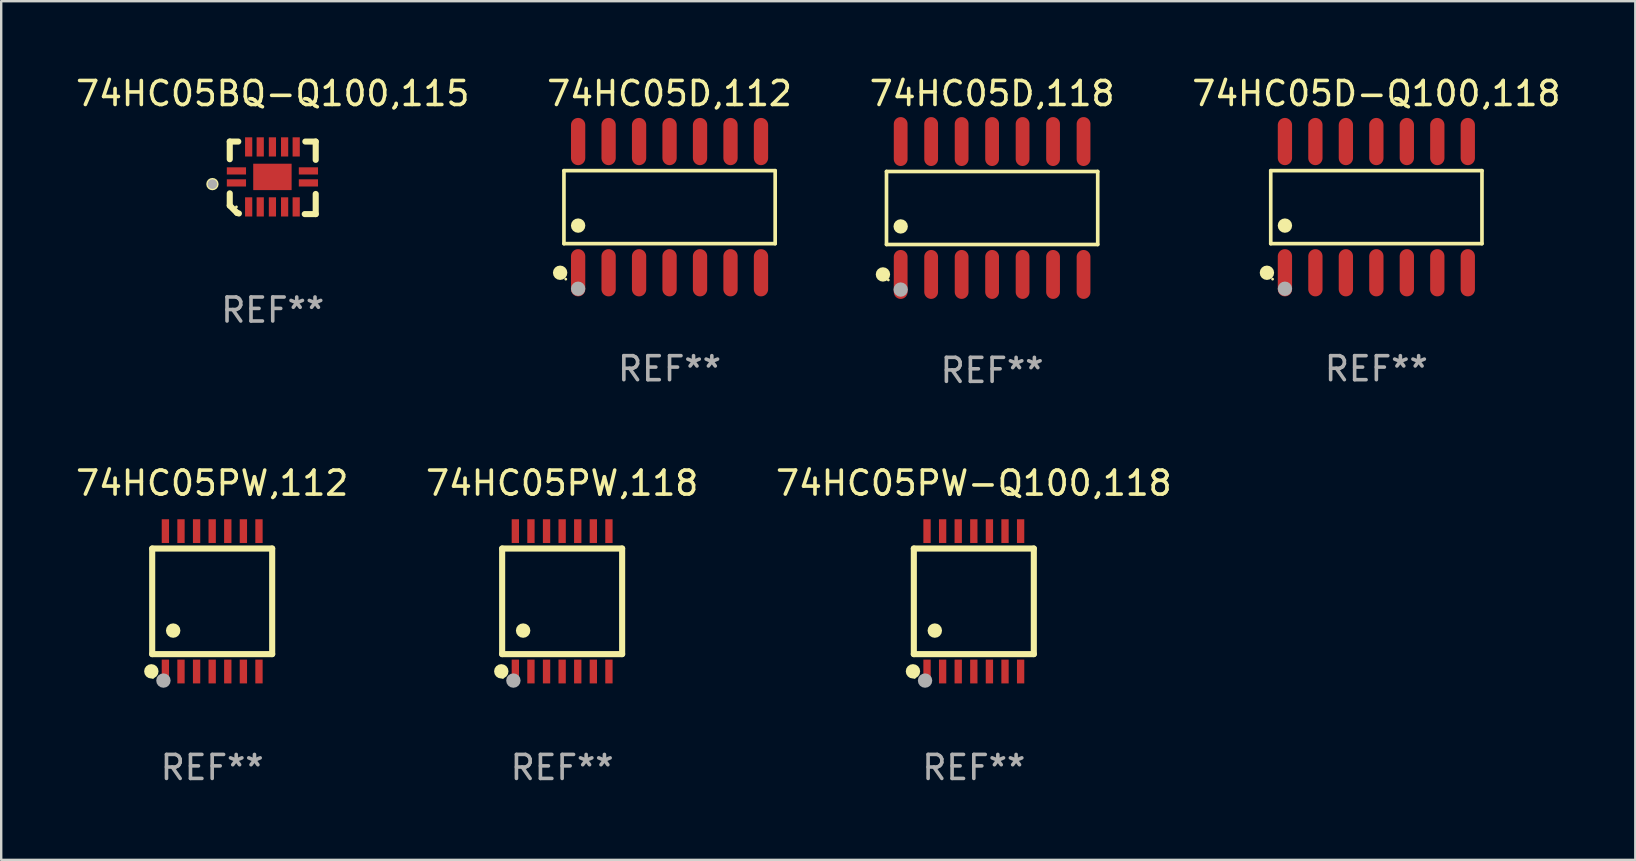
<source format=kicad_pcb>
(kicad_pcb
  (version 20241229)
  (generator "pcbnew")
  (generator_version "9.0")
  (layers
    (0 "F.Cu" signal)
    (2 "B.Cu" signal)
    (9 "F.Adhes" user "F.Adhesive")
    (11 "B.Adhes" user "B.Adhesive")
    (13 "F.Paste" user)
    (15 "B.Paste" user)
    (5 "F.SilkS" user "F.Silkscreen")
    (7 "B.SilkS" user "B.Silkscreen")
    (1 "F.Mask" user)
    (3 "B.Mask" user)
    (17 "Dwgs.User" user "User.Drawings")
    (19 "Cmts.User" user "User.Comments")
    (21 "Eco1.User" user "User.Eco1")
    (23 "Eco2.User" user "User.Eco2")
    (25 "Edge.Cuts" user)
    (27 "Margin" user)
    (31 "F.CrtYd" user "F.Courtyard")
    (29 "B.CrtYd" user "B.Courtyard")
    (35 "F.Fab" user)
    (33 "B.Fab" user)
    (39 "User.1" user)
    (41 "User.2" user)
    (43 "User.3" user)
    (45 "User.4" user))
  (footprint "74HC05PW,112"
    (layer "F.Cu")
    (at 5.792 22.008)
    (property "Reference" "74HC05PW,112" (at 0 -4.925 0) (layer "F.SilkS") (effects (font (size 1 1) (thickness 0.15))))
    (attr through_hole)
    (fp_line (start -2.5 2.2) (end -2.5 -2.2) (stroke (width 0.254) (type solid)) (layer "F.SilkS"))
    (fp_line (start -2.5 2.2) (end 2.5 2.2) (stroke (width 0.254) (type solid)) (layer "F.SilkS"))
    (fp_line (start 2.5 -2.2) (end -2.5 -2.2) (stroke (width 0.254) (type solid)) (layer "F.SilkS"))
    (fp_line (start 2.5 -2.2) (end 2.5 2.2) (stroke (width 0.254) (type solid)) (layer "F.SilkS"))
    (fp_circle (center -2.536 2.917) (end -2.386 2.917) (stroke (width 0.3) (type solid)) (fill no) (layer "F.SilkS"))
    (fp_circle (center -2.47 3.17) (end -2.44 3.17) (stroke (width 0.06) (type solid)) (fill no) (layer "F.SilkS"))
    (fp_circle (center -1.626 1.219) (end -1.475 1.219) (stroke (width 0.3) (type solid)) (fill no) (layer "F.SilkS"))
    (fp_circle (center -2.032 3.302) (end -1.882 3.302) (stroke (width 0.3) (type solid)) (fill no) (layer "F.Fab"))
    (fp_text user "REF**" (at 0 6.925 0) (layer "F.Fab") (effects (font (size 1 1) (thickness 0.15))))
    (pad "1" smd rect (at -1.95 2.925) (size 0.305 0.991) (layers "F.Cu" "F.Mask" "F.Paste"))
    (pad "2" smd rect (at -1.3 2.925) (size 0.305 0.991) (layers "F.Cu" "F.Mask" "F.Paste"))
    (pad "3" smd rect (at -0.65 2.925) (size 0.305 0.991) (layers "F.Cu" "F.Mask" "F.Paste"))
    (pad "4" smd rect (at 0 2.925) (size 0.305 0.991) (layers "F.Cu" "F.Mask" "F.Paste"))
    (pad "5" smd rect (at 0.65 2.925) (size 0.305 0.991) (layers "F.Cu" "F.Mask" "F.Paste"))
    (pad "6" smd rect (at 1.3 2.925) (size 0.305 0.991) (layers "F.Cu" "F.Mask" "F.Paste"))
    (pad "7" smd rect (at 1.95 2.925) (size 0.305 0.991) (layers "F.Cu" "F.Mask" "F.Paste"))
    (pad "8" smd rect (at 1.95 -2.925) (size 0.305 0.991) (layers "F.Cu" "F.Mask" "F.Paste"))
    (pad "9" smd rect (at 1.3 -2.925) (size 0.305 0.991) (layers "F.Cu" "F.Mask" "F.Paste"))
    (pad "10" smd rect (at 0.65 -2.925) (size 0.305 0.991) (layers "F.Cu" "F.Mask" "F.Paste"))
    (pad "11" smd rect (at 0 -2.925) (size 0.305 0.991) (layers "F.Cu" "F.Mask" "F.Paste"))
    (pad "12" smd rect (at -0.65 -2.925) (size 0.305 0.991) (layers "F.Cu" "F.Mask" "F.Paste"))
    (pad "13" smd rect (at -1.3 -2.925) (size 0.305 0.991) (layers "F.Cu" "F.Mask" "F.Paste"))
    (pad "14" smd rect (at -1.95 -2.925) (size 0.305 0.991) (layers "F.Cu" "F.Mask" "F.Paste")))
  (footprint "74HC05D,112"
    (layer "F.Cu")
    (at 24.851 5.582)
    (property "Reference" "74HC05D,112" (at 0 -4.734 0) (layer "F.SilkS") (effects (font (size 1 1) (thickness 0.15))))
    (attr through_hole)
    (fp_line (start -4.401 -1.521) (end 4.401 -1.521) (stroke (width 0.152) (type solid)) (layer "F.SilkS"))
    (fp_line (start -4.401 1.521) (end -4.401 -1.521) (stroke (width 0.152) (type solid)) (layer "F.SilkS"))
    (fp_line (start 4.401 -1.521) (end 4.401 1.521) (stroke (width 0.152) (type solid)) (layer "F.SilkS"))
    (fp_line (start 4.401 1.521) (end -4.401 1.521) (stroke (width 0.152) (type solid)) (layer "F.SilkS"))
    (fp_circle (center -4.56 2.734) (end -4.41 2.734) (stroke (width 0.3) (type solid)) (fill no) (layer "F.SilkS"))
    (fp_circle (center -4.325 3) (end -4.295 3) (stroke (width 0.06) (type solid)) (fill no) (layer "F.SilkS"))
    (fp_circle (center -3.81 0.769) (end -3.66 0.769) (stroke (width 0.3) (type solid)) (fill no) (layer "F.SilkS"))
    (fp_circle (center -3.81 3.4) (end -3.66 3.4) (stroke (width 0.3) (type solid)) (fill no) (layer "F.Fab"))
    (fp_text user "REF**" (at 0 6.734 0) (layer "F.Fab") (effects (font (size 1 1) (thickness 0.15))))
    (pad "1" smd oval (at -3.81 2.734) (size 0.595 1.968) (layers "F.Cu" "F.Mask" "F.Paste"))
    (pad "2" smd oval (at -2.54 2.734) (size 0.595 1.968) (layers "F.Cu" "F.Mask" "F.Paste"))
    (pad "3" smd oval (at -1.27 2.734) (size 0.595 1.968) (layers "F.Cu" "F.Mask" "F.Paste"))
    (pad "4" smd oval (at 0 2.734) (size 0.595 1.968) (layers "F.Cu" "F.Mask" "F.Paste"))
    (pad "5" smd oval (at 1.27 2.734) (size 0.595 1.968) (layers "F.Cu" "F.Mask" "F.Paste"))
    (pad "6" smd oval (at 2.54 2.734) (size 0.595 1.968) (layers "F.Cu" "F.Mask" "F.Paste"))
    (pad "7" smd oval (at 3.81 2.734) (size 0.595 1.968) (layers "F.Cu" "F.Mask" "F.Paste"))
    (pad "8" smd oval (at 3.81 -2.734) (size 0.595 1.968) (layers "F.Cu" "F.Mask" "F.Paste"))
    (pad "9" smd oval (at 2.54 -2.734) (size 0.595 1.968) (layers "F.Cu" "F.Mask" "F.Paste"))
    (pad "10" smd oval (at 1.27 -2.734) (size 0.595 1.968) (layers "F.Cu" "F.Mask" "F.Paste"))
    (pad "11" smd oval (at 0 -2.734) (size 0.595 1.968) (layers "F.Cu" "F.Mask" "F.Paste"))
    (pad "12" smd oval (at -1.27 -2.734) (size 0.595 1.968) (layers "F.Cu" "F.Mask" "F.Paste"))
    (pad "13" smd oval (at -2.54 -2.734) (size 0.595 1.968) (layers "F.Cu" "F.Mask" "F.Paste"))
    (pad "14" smd oval (at -3.81 -2.734) (size 0.595 1.968) (layers "F.Cu" "F.Mask" "F.Paste")))
  (footprint "74HC05D-Q100,118"
    (layer "F.Cu")
    (at 54.304 5.582)
    (property "Reference" "74HC05D-Q100,118" (at 0 -4.734 0) (layer "F.SilkS") (effects (font (size 1 1) (thickness 0.15))))
    (attr through_hole)
    (fp_line (start -4.401 -1.521) (end 4.401 -1.521) (stroke (width 0.152) (type solid)) (layer "F.SilkS"))
    (fp_line (start -4.401 1.521) (end -4.401 -1.521) (stroke (width 0.152) (type solid)) (layer "F.SilkS"))
    (fp_line (start 4.401 -1.521) (end 4.401 1.521) (stroke (width 0.152) (type solid)) (layer "F.SilkS"))
    (fp_line (start 4.401 1.521) (end -4.401 1.521) (stroke (width 0.152) (type solid)) (layer "F.SilkS"))
    (fp_circle (center -4.56 2.734) (end -4.41 2.734) (stroke (width 0.3) (type solid)) (fill no) (layer "F.SilkS"))
    (fp_circle (center -4.325 3) (end -4.295 3) (stroke (width 0.06) (type solid)) (fill no) (layer "F.SilkS"))
    (fp_circle (center -3.81 0.769) (end -3.66 0.769) (stroke (width 0.3) (type solid)) (fill no) (layer "F.SilkS"))
    (fp_circle (center -3.81 3.4) (end -3.66 3.4) (stroke (width 0.3) (type solid)) (fill no) (layer "F.Fab"))
    (fp_text user "REF**" (at 0 6.734 0) (layer "F.Fab") (effects (font (size 1 1) (thickness 0.15))))
    (pad "1" smd oval (at -3.81 2.734) (size 0.595 1.968) (layers "F.Cu" "F.Mask" "F.Paste"))
    (pad "2" smd oval (at -2.54 2.734) (size 0.595 1.968) (layers "F.Cu" "F.Mask" "F.Paste"))
    (pad "3" smd oval (at -1.27 2.734) (size 0.595 1.968) (layers "F.Cu" "F.Mask" "F.Paste"))
    (pad "4" smd oval (at 0 2.734) (size 0.595 1.968) (layers "F.Cu" "F.Mask" "F.Paste"))
    (pad "5" smd oval (at 1.27 2.734) (size 0.595 1.968) (layers "F.Cu" "F.Mask" "F.Paste"))
    (pad "6" smd oval (at 2.54 2.734) (size 0.595 1.968) (layers "F.Cu" "F.Mask" "F.Paste"))
    (pad "7" smd oval (at 3.81 2.734) (size 0.595 1.968) (layers "F.Cu" "F.Mask" "F.Paste"))
    (pad "8" smd oval (at 3.81 -2.734) (size 0.595 1.968) (layers "F.Cu" "F.Mask" "F.Paste"))
    (pad "9" smd oval (at 2.54 -2.734) (size 0.595 1.968) (layers "F.Cu" "F.Mask" "F.Paste"))
    (pad "10" smd oval (at 1.27 -2.734) (size 0.595 1.968) (layers "F.Cu" "F.Mask" "F.Paste"))
    (pad "11" smd oval (at 0 -2.734) (size 0.595 1.968) (layers "F.Cu" "F.Mask" "F.Paste"))
    (pad "12" smd oval (at -1.27 -2.734) (size 0.595 1.968) (layers "F.Cu" "F.Mask" "F.Paste"))
    (pad "13" smd oval (at -2.54 -2.734) (size 0.595 1.968) (layers "F.Cu" "F.Mask" "F.Paste"))
    (pad "14" smd oval (at -3.81 -2.734) (size 0.595 1.968) (layers "F.Cu" "F.Mask" "F.Paste")))
  (footprint "74HC05D,118"
    (layer "F.Cu")
    (at 38.292 5.617)
    (property "Reference" "74HC05D,118" (at 0 -4.769 0) (layer "F.SilkS") (effects (font (size 1 1) (thickness 0.15))))
    (attr through_hole)
    (fp_line (start -4.401 -1.521) (end 4.401 -1.521) (stroke (width 0.152) (type solid)) (layer "F.SilkS"))
    (fp_line (start -4.401 1.521) (end -4.401 -1.521) (stroke (width 0.152) (type solid)) (layer "F.SilkS"))
    (fp_line (start 4.401 -1.521) (end 4.401 1.521) (stroke (width 0.152) (type solid)) (layer "F.SilkS"))
    (fp_line (start 4.401 1.521) (end -4.401 1.521) (stroke (width 0.152) (type solid)) (layer "F.SilkS"))
    (fp_circle (center -4.549 2.769) (end -4.399 2.769) (stroke (width 0.3) (type solid)) (fill no) (layer "F.SilkS"))
    (fp_circle (center -4.325 3) (end -4.295 3) (stroke (width 0.06) (type solid)) (fill no) (layer "F.SilkS"))
    (fp_circle (center -3.81 0.769) (end -3.66 0.769) (stroke (width 0.3) (type solid)) (fill no) (layer "F.SilkS"))
    (fp_circle (center -3.81 3.4) (end -3.66 3.4) (stroke (width 0.3) (type solid)) (fill no) (layer "F.Fab"))
    (fp_text user "REF**" (at 0 6.769 0) (layer "F.Fab") (effects (font (size 1 1) (thickness 0.15))))
    (pad "1" smd oval (at -3.81 2.769) (size 0.574 2.038) (layers "F.Cu" "F.Mask" "F.Paste"))
    (pad "2" smd oval (at -2.54 2.769) (size 0.574 2.038) (layers "F.Cu" "F.Mask" "F.Paste"))
    (pad "3" smd oval (at -1.27 2.769) (size 0.574 2.038) (layers "F.Cu" "F.Mask" "F.Paste"))
    (pad "4" smd oval (at 0 2.769) (size 0.574 2.038) (layers "F.Cu" "F.Mask" "F.Paste"))
    (pad "5" smd oval (at 1.27 2.769) (size 0.574 2.038) (layers "F.Cu" "F.Mask" "F.Paste"))
    (pad "6" smd oval (at 2.54 2.769) (size 0.574 2.038) (layers "F.Cu" "F.Mask" "F.Paste"))
    (pad "7" smd oval (at 3.81 2.769) (size 0.574 2.038) (layers "F.Cu" "F.Mask" "F.Paste"))
    (pad "8" smd oval (at 3.81 -2.769) (size 0.574 2.038) (layers "F.Cu" "F.Mask" "F.Paste"))
    (pad "9" smd oval (at 2.54 -2.769) (size 0.574 2.038) (layers "F.Cu" "F.Mask" "F.Paste"))
    (pad "10" smd oval (at 1.27 -2.769) (size 0.574 2.038) (layers "F.Cu" "F.Mask" "F.Paste"))
    (pad "11" smd oval (at 0 -2.769) (size 0.574 2.038) (layers "F.Cu" "F.Mask" "F.Paste"))
    (pad "12" smd oval (at -1.27 -2.769) (size 0.574 2.038) (layers "F.Cu" "F.Mask" "F.Paste"))
    (pad "13" smd oval (at -2.54 -2.769) (size 0.574 2.038) (layers "F.Cu" "F.Mask" "F.Paste"))
    (pad "14" smd oval (at -3.81 -2.769) (size 0.574 2.038) (layers "F.Cu" "F.Mask" "F.Paste")))
  (footprint "74HC05PW,118"
    (layer "F.Cu")
    (at 20.375 22.008)
    (property "Reference" "74HC05PW,118" (at 0 -4.925 0) (layer "F.SilkS") (effects (font (size 1 1) (thickness 0.15))))
    (attr through_hole)
    (fp_line (start -2.5 2.2) (end -2.5 -2.2) (stroke (width 0.254) (type solid)) (layer "F.SilkS"))
    (fp_line (start -2.5 2.2) (end 2.5 2.2) (stroke (width 0.254) (type solid)) (layer "F.SilkS"))
    (fp_line (start 2.5 -2.2) (end -2.5 -2.2) (stroke (width 0.254) (type solid)) (layer "F.SilkS"))
    (fp_line (start 2.5 -2.2) (end 2.5 2.2) (stroke (width 0.254) (type solid)) (layer "F.SilkS"))
    (fp_circle (center -2.536 2.917) (end -2.386 2.917) (stroke (width 0.3) (type solid)) (fill no) (layer "F.SilkS"))
    (fp_circle (center -2.47 3.17) (end -2.44 3.17) (stroke (width 0.06) (type solid)) (fill no) (layer "F.SilkS"))
    (fp_circle (center -1.626 1.219) (end -1.475 1.219) (stroke (width 0.3) (type solid)) (fill no) (layer "F.SilkS"))
    (fp_circle (center -2.032 3.302) (end -1.882 3.302) (stroke (width 0.3) (type solid)) (fill no) (layer "F.Fab"))
    (fp_text user "REF**" (at 0 6.925 0) (layer "F.Fab") (effects (font (size 1 1) (thickness 0.15))))
    (pad "1" smd rect (at -1.95 2.925) (size 0.305 0.991) (layers "F.Cu" "F.Mask" "F.Paste"))
    (pad "2" smd rect (at -1.3 2.925) (size 0.305 0.991) (layers "F.Cu" "F.Mask" "F.Paste"))
    (pad "3" smd rect (at -0.65 2.925) (size 0.305 0.991) (layers "F.Cu" "F.Mask" "F.Paste"))
    (pad "4" smd rect (at 0 2.925) (size 0.305 0.991) (layers "F.Cu" "F.Mask" "F.Paste"))
    (pad "5" smd rect (at 0.65 2.925) (size 0.305 0.991) (layers "F.Cu" "F.Mask" "F.Paste"))
    (pad "6" smd rect (at 1.3 2.925) (size 0.305 0.991) (layers "F.Cu" "F.Mask" "F.Paste"))
    (pad "7" smd rect (at 1.95 2.925) (size 0.305 0.991) (layers "F.Cu" "F.Mask" "F.Paste"))
    (pad "8" smd rect (at 1.95 -2.925) (size 0.305 0.991) (layers "F.Cu" "F.Mask" "F.Paste"))
    (pad "9" smd rect (at 1.3 -2.925) (size 0.305 0.991) (layers "F.Cu" "F.Mask" "F.Paste"))
    (pad "10" smd rect (at 0.65 -2.925) (size 0.305 0.991) (layers "F.Cu" "F.Mask" "F.Paste"))
    (pad "11" smd rect (at 0 -2.925) (size 0.305 0.991) (layers "F.Cu" "F.Mask" "F.Paste"))
    (pad "12" smd rect (at -0.65 -2.925) (size 0.305 0.991) (layers "F.Cu" "F.Mask" "F.Paste"))
    (pad "13" smd rect (at -1.3 -2.925) (size 0.305 0.991) (layers "F.Cu" "F.Mask" "F.Paste"))
    (pad "14" smd rect (at -1.95 -2.925) (size 0.305 0.991) (layers "F.Cu" "F.Mask" "F.Paste")))
  (footprint "74HC05BQ-Q100,115"
    (layer "F.Cu")
    (at 8.315 4.36)
    (property "Reference" "74HC05BQ-Q100,115" (at 0 -3.511 0) (layer "F.SilkS") (effects (font (size 1 1) (thickness 0.15))))
    (attr through_hole)
    (fp_line (start -1.791 -1.511) (end -1.435 -1.511) (stroke (width 0.254) (type solid)) (layer "F.SilkS"))
    (fp_line (start -1.791 -0.775) (end -1.791 -1.511) (stroke (width 0.254) (type solid)) (layer "F.SilkS"))
    (fp_line (start -1.791 1.156) (end -1.791 0.648) (stroke (width 0.254) (type solid)) (layer "F.SilkS"))
    (fp_line (start -1.486 1.461) (end -1.791 1.156) (stroke (width 0.254) (type solid)) (layer "F.SilkS"))
    (fp_line (start -1.41 1.486) (end -1.486 1.461) (stroke (width 0.254) (type solid)) (layer "F.SilkS"))
    (fp_line (start 1.334 1.511) (end 1.791 1.511) (stroke (width 0.254) (type solid)) (layer "F.SilkS"))
    (fp_line (start 1.791 -1.511) (end 1.359 -1.511) (stroke (width 0.254) (type solid)) (layer "F.SilkS"))
    (fp_line (start 1.791 -0.749) (end 1.791 -1.511) (stroke (width 0.254) (type solid)) (layer "F.SilkS"))
    (fp_line (start 1.791 1.511) (end 1.791 0.673) (stroke (width 0.254) (type solid)) (layer "F.SilkS"))
    (fp_circle (center -2.513 0.262) (end -2.383 0.262) (stroke (width 0.254) (type solid)) (fill no) (layer "F.SilkS"))
    (fp_circle (center -1.513 1.212) (end -1.483 1.212) (stroke (width 0.06) (type solid)) (fill no) (layer "F.SilkS"))
    (fp_circle (center -2.513 0.262) (end -2.413 0.262) (stroke (width 0.2) (type solid)) (fill no) (layer "F.Fab"))
    (fp_text user "REF**" (at 0 5.511 0) (layer "F.Fab") (effects (font (size 1 1) (thickness 0.15))))
    (pad "1" smd rect (at -1.513 0.212) (size 0.8 0.3) (layers "F.Cu" "F.Mask" "F.Paste"))
    (pad "2" smd rect (at -1.003 1.212) (size 0.3 0.8) (layers "F.Cu" "F.Mask" "F.Paste"))
    (pad "3" smd rect (at -0.521 1.212) (size 0.3 0.8) (layers "F.Cu" "F.Mask" "F.Paste"))
    (pad "4" smd rect (at -0.013 1.212) (size 0.3 0.8) (layers "F.Cu" "F.Mask" "F.Paste"))
    (pad "5" smd rect (at 0.495 1.212) (size 0.3 0.8) (layers "F.Cu" "F.Mask" "F.Paste"))
    (pad "6" smd rect (at 0.978 1.212) (size 0.3 0.8) (layers "F.Cu" "F.Mask" "F.Paste"))
    (pad "7" smd rect (at 1.487 0.212) (size 0.8 0.3) (layers "F.Cu" "F.Mask" "F.Paste"))
    (pad "8" smd rect (at 1.487 -0.288) (size 0.8 0.3) (layers "F.Cu" "F.Mask" "F.Paste"))
    (pad "9" smd rect (at 0.978 -1.288) (size 0.3 0.8) (layers "F.Cu" "F.Mask" "F.Paste"))
    (pad "10" smd rect (at 0.495 -1.288) (size 0.3 0.8) (layers "F.Cu" "F.Mask" "F.Paste"))
    (pad "11" smd rect (at -0.013 -1.288) (size 0.3 0.8) (layers "F.Cu" "F.Mask" "F.Paste"))
    (pad "12" smd rect (at -0.521 -1.288) (size 0.3 0.8) (layers "F.Cu" "F.Mask" "F.Paste"))
    (pad "13" smd rect (at -1.003 -1.288) (size 0.3 0.8) (layers "F.Cu" "F.Mask" "F.Paste"))
    (pad "14" smd rect (at -1.513 -0.288) (size 0.8 0.3) (layers "F.Cu" "F.Mask" "F.Paste"))
    (pad "15" smd rect (at -0.013 -0.038 90) (size 1.1 1.6) (layers "F.Cu" "F.Mask" "F.Paste")))
  (footprint "74HC05PW-Q100,118"
    (layer "F.Cu")
    (at 37.53 22.008)
    (property "Reference" "74HC05PW-Q100,118" (at 0 -4.925 0) (layer "F.SilkS") (effects (font (size 1 1) (thickness 0.15))))
    (attr through_hole)
    (fp_line (start -2.5 2.2) (end -2.5 -2.2) (stroke (width 0.254) (type solid)) (layer "F.SilkS"))
    (fp_line (start -2.5 2.2) (end 2.5 2.2) (stroke (width 0.254) (type solid)) (layer "F.SilkS"))
    (fp_line (start 2.5 -2.2) (end -2.5 -2.2) (stroke (width 0.254) (type solid)) (layer "F.SilkS"))
    (fp_line (start 2.5 -2.2) (end 2.5 2.2) (stroke (width 0.254) (type solid)) (layer "F.SilkS"))
    (fp_circle (center -2.536 2.917) (end -2.386 2.917) (stroke (width 0.3) (type solid)) (fill no) (layer "F.SilkS"))
    (fp_circle (center -2.47 3.17) (end -2.44 3.17) (stroke (width 0.06) (type solid)) (fill no) (layer "F.SilkS"))
    (fp_circle (center -1.626 1.219) (end -1.475 1.219) (stroke (width 0.3) (type solid)) (fill no) (layer "F.SilkS"))
    (fp_circle (center -2.032 3.302) (end -1.882 3.302) (stroke (width 0.3) (type solid)) (fill no) (layer "F.Fab"))
    (fp_text user "REF**" (at 0 6.925 0) (layer "F.Fab") (effects (font (size 1 1) (thickness 0.15))))
    (pad "1" smd rect (at -1.95 2.925) (size 0.305 0.991) (layers "F.Cu" "F.Mask" "F.Paste"))
    (pad "2" smd rect (at -1.3 2.925) (size 0.305 0.991) (layers "F.Cu" "F.Mask" "F.Paste"))
    (pad "3" smd rect (at -0.65 2.925) (size 0.305 0.991) (layers "F.Cu" "F.Mask" "F.Paste"))
    (pad "4" smd rect (at 0 2.925) (size 0.305 0.991) (layers "F.Cu" "F.Mask" "F.Paste"))
    (pad "5" smd rect (at 0.65 2.925) (size 0.305 0.991) (layers "F.Cu" "F.Mask" "F.Paste"))
    (pad "6" smd rect (at 1.3 2.925) (size 0.305 0.991) (layers "F.Cu" "F.Mask" "F.Paste"))
    (pad "7" smd rect (at 1.95 2.925) (size 0.305 0.991) (layers "F.Cu" "F.Mask" "F.Paste"))
    (pad "8" smd rect (at 1.95 -2.925) (size 0.305 0.991) (layers "F.Cu" "F.Mask" "F.Paste"))
    (pad "9" smd rect (at 1.3 -2.925) (size 0.305 0.991) (layers "F.Cu" "F.Mask" "F.Paste"))
    (pad "10" smd rect (at 0.65 -2.925) (size 0.305 0.991) (layers "F.Cu" "F.Mask" "F.Paste"))
    (pad "11" smd rect (at 0 -2.925) (size 0.305 0.991) (layers "F.Cu" "F.Mask" "F.Paste"))
    (pad "12" smd rect (at -0.65 -2.925) (size 0.305 0.991) (layers "F.Cu" "F.Mask" "F.Paste"))
    (pad "13" smd rect (at -1.3 -2.925) (size 0.305 0.991) (layers "F.Cu" "F.Mask" "F.Paste"))
    (pad "14" smd rect (at -1.95 -2.925) (size 0.305 0.991) (layers "F.Cu" "F.Mask" "F.Paste")))
  (gr_rect
    (start -3 -3)
    (end 65.095 32.781)
    (stroke (width 0.1) (type default))
    (fill no)
    (layer "Edge.Cuts")))
</source>
